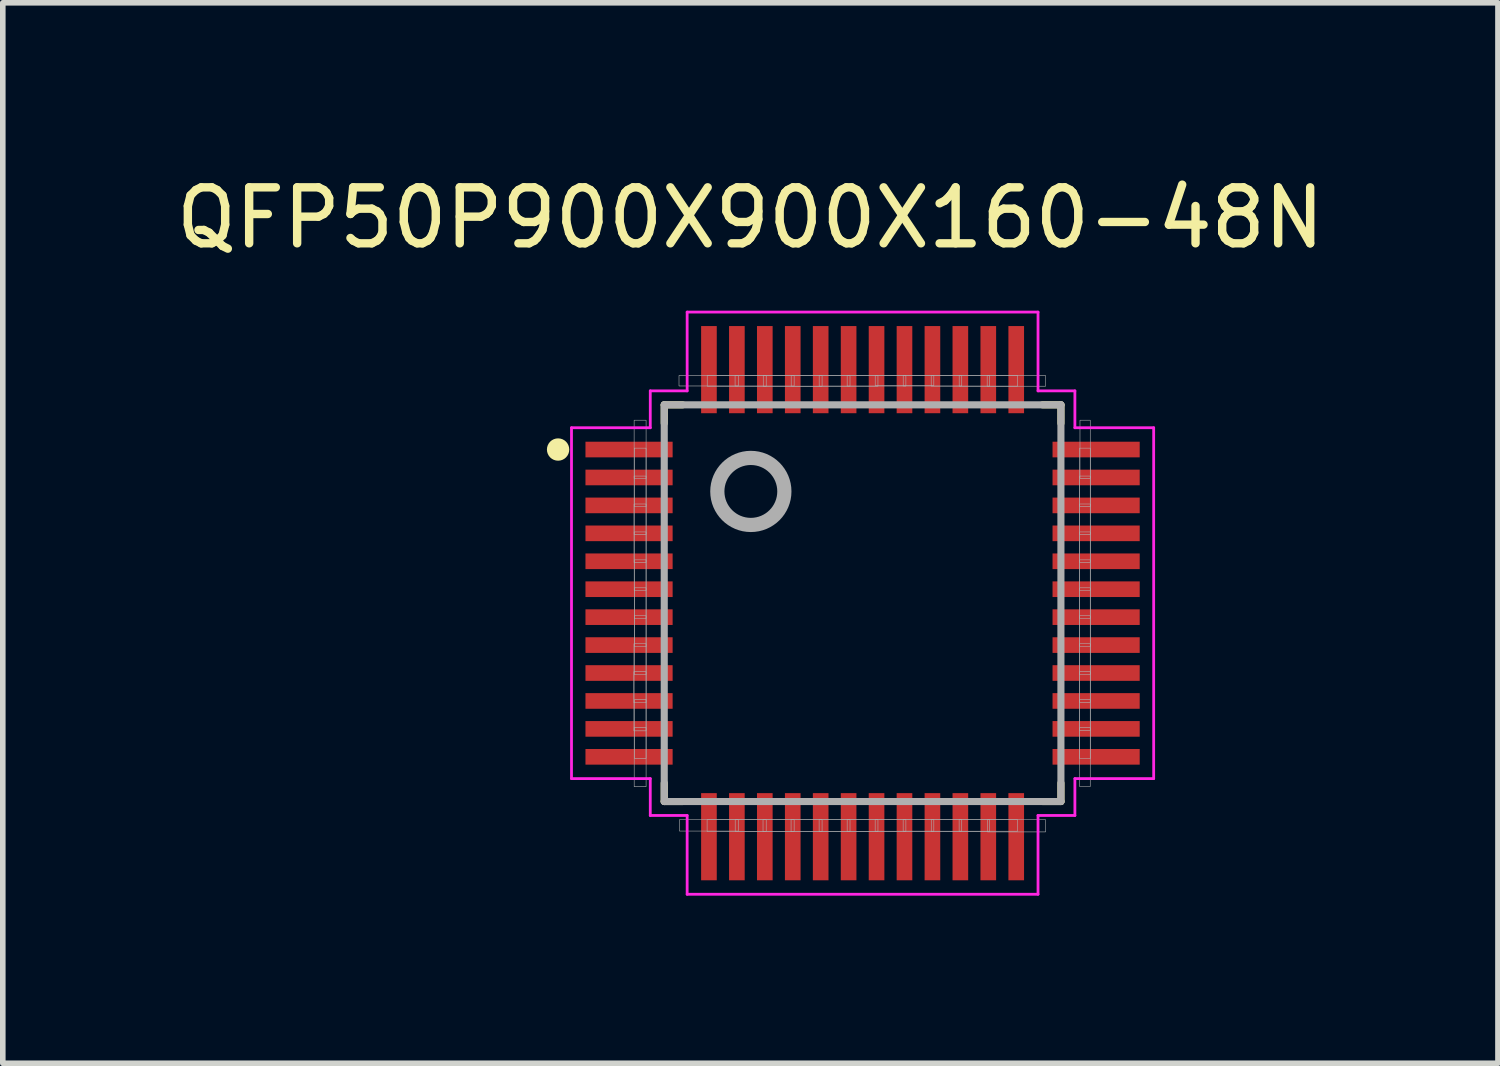
<source format=kicad_pcb>
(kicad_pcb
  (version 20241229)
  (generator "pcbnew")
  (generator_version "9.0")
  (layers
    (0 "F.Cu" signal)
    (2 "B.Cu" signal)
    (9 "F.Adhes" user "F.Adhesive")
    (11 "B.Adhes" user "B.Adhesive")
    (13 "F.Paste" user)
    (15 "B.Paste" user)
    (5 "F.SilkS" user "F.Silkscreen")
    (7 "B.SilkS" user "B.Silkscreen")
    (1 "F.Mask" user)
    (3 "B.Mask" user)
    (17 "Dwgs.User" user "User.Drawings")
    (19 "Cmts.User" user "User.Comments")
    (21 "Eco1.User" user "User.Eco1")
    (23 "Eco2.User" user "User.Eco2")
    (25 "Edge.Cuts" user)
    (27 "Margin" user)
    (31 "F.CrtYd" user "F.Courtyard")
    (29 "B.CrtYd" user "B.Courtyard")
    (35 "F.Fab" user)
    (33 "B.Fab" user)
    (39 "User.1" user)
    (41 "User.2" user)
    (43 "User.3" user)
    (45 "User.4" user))
  (footprint "QFP50P900X900X160-48N"
    (layer "F.Cu")
    (at 12.389 7.746)
    (property "Reference" "QFP50P900X900X160-48N" (at -2.009 -6.897 0) (layer "F.SilkS") (effects (font (size 1.002 1.002) (thickness 0.15))))
    (attr smd)
    (fp_line (start -3.55 -3.55) (end -3.22 -3.55) (stroke (width 0.127) (type solid)) (layer "F.SilkS"))
    (fp_line (start -3.55 -3.22) (end -3.55 -3.55) (stroke (width 0.127) (type solid)) (layer "F.SilkS"))
    (fp_line (start -3.55 3.55) (end -3.55 3.22) (stroke (width 0.127) (type solid)) (layer "F.SilkS"))
    (fp_line (start -3.22 3.55) (end -3.55 3.55) (stroke (width 0.127) (type solid)) (layer "F.SilkS"))
    (fp_line (start 3.22 -3.55) (end 3.55 -3.55) (stroke (width 0.127) (type solid)) (layer "F.SilkS"))
    (fp_line (start 3.55 -3.55) (end 3.55 -3.22) (stroke (width 0.127) (type solid)) (layer "F.SilkS"))
    (fp_line (start 3.55 3.22) (end 3.55 3.55) (stroke (width 0.127) (type solid)) (layer "F.SilkS"))
    (fp_line (start 3.55 3.55) (end 3.22 3.55) (stroke (width 0.127) (type solid)) (layer "F.SilkS"))
    (fp_circle (center -5.45 -2.75) (end -5.35 -2.75) (stroke (width 0.2) (type solid)) (fill no) (layer "F.SilkS"))
    (fp_line (start -5.21 -3.14) (end -3.8 -3.14) (stroke (width 0.05) (type solid)) (layer "F.CrtYd"))
    (fp_line (start -5.21 3.14) (end -5.21 -3.14) (stroke (width 0.05) (type solid)) (layer "F.CrtYd"))
    (fp_line (start -3.8 -3.8) (end -3.14 -3.8) (stroke (width 0.05) (type solid)) (layer "F.CrtYd"))
    (fp_line (start -3.8 -3.14) (end -3.8 -3.8) (stroke (width 0.05) (type solid)) (layer "F.CrtYd"))
    (fp_line (start -3.8 3.14) (end -5.21 3.14) (stroke (width 0.05) (type solid)) (layer "F.CrtYd"))
    (fp_line (start -3.8 3.8) (end -3.8 3.14) (stroke (width 0.05) (type solid)) (layer "F.CrtYd"))
    (fp_line (start -3.14 -5.21) (end 3.14 -5.21) (stroke (width 0.05) (type solid)) (layer "F.CrtYd"))
    (fp_line (start -3.14 -3.8) (end -3.14 -5.21) (stroke (width 0.05) (type solid)) (layer "F.CrtYd"))
    (fp_line (start -3.14 3.8) (end -3.8 3.8) (stroke (width 0.05) (type solid)) (layer "F.CrtYd"))
    (fp_line (start -3.14 5.21) (end -3.14 3.8) (stroke (width 0.05) (type solid)) (layer "F.CrtYd"))
    (fp_line (start 3.14 -5.21) (end 3.14 -3.8) (stroke (width 0.05) (type solid)) (layer "F.CrtYd"))
    (fp_line (start 3.14 -3.8) (end 3.8 -3.8) (stroke (width 0.05) (type solid)) (layer "F.CrtYd"))
    (fp_line (start 3.14 3.8) (end 3.14 5.21) (stroke (width 0.05) (type solid)) (layer "F.CrtYd"))
    (fp_line (start 3.14 5.21) (end -3.14 5.21) (stroke (width 0.05) (type solid)) (layer "F.CrtYd"))
    (fp_line (start 3.8 -3.8) (end 3.8 -3.14) (stroke (width 0.05) (type solid)) (layer "F.CrtYd"))
    (fp_line (start 3.8 -3.14) (end 5.21 -3.14) (stroke (width 0.05) (type solid)) (layer "F.CrtYd"))
    (fp_line (start 3.8 3.14) (end 3.8 3.8) (stroke (width 0.05) (type solid)) (layer "F.CrtYd"))
    (fp_line (start 3.8 3.8) (end 3.14 3.8) (stroke (width 0.05) (type solid)) (layer "F.CrtYd"))
    (fp_line (start 5.21 -3.14) (end 5.21 3.14) (stroke (width 0.05) (type solid)) (layer "F.CrtYd"))
    (fp_line (start 5.21 3.14) (end 3.8 3.14) (stroke (width 0.05) (type solid)) (layer "F.CrtYd"))
    (fp_line (start -3.55 -3.55) (end 3.55 -3.55) (stroke (width 0.127) (type solid)) (layer "F.Fab"))
    (fp_line (start -3.55 3.55) (end -3.55 -3.55) (stroke (width 0.127) (type solid)) (layer "F.Fab"))
    (fp_line (start 3.55 -3.55) (end 3.55 3.55) (stroke (width 0.127) (type solid)) (layer "F.Fab"))
    (fp_line (start 3.55 3.55) (end -3.55 3.55) (stroke (width 0.127) (type solid)) (layer "F.Fab"))
    (fp_circle (center -2 -2) (end -1.4 -2) (stroke (width 0.254) (type solid)) (fill no) (layer "F.Fab"))
    (fp_poly (pts (xy -4.093 1.225) (xy -3.875 1.225) (xy -3.875 2.285) (xy -4.093 2.285)) (stroke (width 0.01) (type solid)) (fill no) (layer "F.Fab"))
    (fp_poly (pts (xy -4.092 0.725) (xy -3.875 0.725) (xy -3.875 1.782) (xy -4.092 1.782)) (stroke (width 0.01) (type solid)) (fill no) (layer "F.Fab"))
    (fp_poly (pts (xy -4.09 -1.775) (xy -3.875 -1.775) (xy -3.875 -0.728) (xy -4.09 -0.728)) (stroke (width 0.01) (type solid)) (fill no) (layer "F.Fab"))
    (fp_poly (pts (xy -4.089 -2.275) (xy -3.875 -2.275) (xy -3.875 -1.229) (xy -4.089 -1.229)) (stroke (width 0.01) (type solid)) (fill no) (layer "F.Fab"))
    (fp_poly (pts (xy -4.089 -3.275) (xy -3.875 -3.275) (xy -3.875 -2.233) (xy -4.089 -2.233)) (stroke (width 0.01) (type solid)) (fill no) (layer "F.Fab"))
    (fp_poly (pts (xy -4.088 2.225) (xy -3.875 2.225) (xy -3.875 3.285) (xy -4.088 3.285)) (stroke (width 0.01) (type solid)) (fill no) (layer "F.Fab"))
    (fp_poly (pts (xy -4.088 -1.275) (xy -3.875 -1.275) (xy -3.875 -0.226) (xy -4.088 -0.226)) (stroke (width 0.01) (type solid)) (fill no) (layer "F.Fab"))
    (fp_poly (pts (xy -4.086 -0.775) (xy -3.875 -0.775) (xy -3.875 0.276) (xy -4.086 0.276)) (stroke (width 0.01) (type solid)) (fill no) (layer "F.Fab"))
    (fp_poly (pts (xy -4.086 0.225) (xy -3.875 0.225) (xy -3.875 1.278) (xy -4.086 1.278)) (stroke (width 0.01) (type solid)) (fill no) (layer "F.Fab"))
    (fp_poly (pts (xy -4.086 -2.775) (xy -3.875 -2.775) (xy -3.875 -1.73) (xy -4.086 -1.73)) (stroke (width 0.01) (type solid)) (fill no) (layer "F.Fab"))
    (fp_poly (pts (xy -4.084 -0.275) (xy -3.875 -0.275) (xy -3.875 0.777) (xy -4.084 0.777)) (stroke (width 0.01) (type solid)) (fill no) (layer "F.Fab"))
    (fp_poly (pts (xy -4.082 1.725) (xy -3.875 1.725) (xy -3.875 2.78) (xy -4.082 2.78)) (stroke (width 0.01) (type solid)) (fill no) (layer "F.Fab"))
    (fp_poly (pts (xy -3.286 -4.075) (xy -2.225 -4.075) (xy -2.225 -3.888) (xy -3.286 -3.888)) (stroke (width 0.01) (type solid)) (fill no) (layer "F.Fab"))
    (fp_poly (pts (xy -3.278 3.875) (xy -2.225 3.875) (xy -2.225 4.079) (xy -3.278 4.079)) (stroke (width 0.01) (type solid)) (fill no) (layer "F.Fab"))
    (fp_poly (pts (xy -2.783 3.875) (xy -1.725 3.875) (xy -1.725 4.086) (xy -2.783 4.086)) (stroke (width 0.01) (type solid)) (fill no) (layer "F.Fab"))
    (fp_poly (pts (xy -2.781 -4.075) (xy -1.725 -4.075) (xy -1.725 -3.883) (xy -2.781 -3.883)) (stroke (width 0.01) (type solid)) (fill no) (layer "F.Fab"))
    (fp_poly (pts (xy -2.282 -4.075) (xy -1.225 -4.075) (xy -1.225 -3.887) (xy -2.282 -3.887)) (stroke (width 0.01) (type solid)) (fill no) (layer "F.Fab"))
    (fp_poly (pts (xy -2.28 3.875) (xy -1.225 3.875) (xy -1.225 4.084) (xy -2.28 4.084)) (stroke (width 0.01) (type solid)) (fill no) (layer "F.Fab"))
    (fp_poly (pts (xy -1.782 3.875) (xy -0.725 3.875) (xy -0.725 4.091) (xy -1.782 4.091)) (stroke (width 0.01) (type solid)) (fill no) (layer "F.Fab"))
    (fp_poly (pts (xy -1.778 -4.075) (xy -0.725 -4.075) (xy -0.725 -3.882) (xy -1.778 -3.882)) (stroke (width 0.01) (type solid)) (fill no) (layer "F.Fab"))
    (fp_poly (pts (xy -1.28 3.875) (xy -0.225 3.875) (xy -0.225 4.091) (xy -1.28 4.091)) (stroke (width 0.01) (type solid)) (fill no) (layer "F.Fab"))
    (fp_poly (pts (xy -1.278 -4.075) (xy -0.225 -4.075) (xy -0.225 -3.885) (xy -1.278 -3.885)) (stroke (width 0.01) (type solid)) (fill no) (layer "F.Fab"))
    (fp_poly (pts (xy -0.778 3.875) (xy 0.275 3.875) (xy 0.275 4.088) (xy -0.778 4.088)) (stroke (width 0.01) (type solid)) (fill no) (layer "F.Fab"))
    (fp_poly (pts (xy -0.777 -4.075) (xy 0.275 -4.075) (xy 0.275 -3.884) (xy -0.777 -3.884)) (stroke (width 0.01) (type solid)) (fill no) (layer "F.Fab"))
    (fp_poly (pts (xy -0.276 -4.075) (xy 0.775 -4.075) (xy 0.775 -3.886) (xy -0.276 -3.886)) (stroke (width 0.01) (type solid)) (fill no) (layer "F.Fab"))
    (fp_poly (pts (xy -0.276 3.875) (xy 0.775 3.875) (xy 0.775 4.086) (xy -0.276 4.086)) (stroke (width 0.01) (type solid)) (fill no) (layer "F.Fab"))
    (fp_poly (pts (xy 0.225 3.875) (xy 1.275 3.875) (xy 1.275 4.082) (xy 0.225 4.082)) (stroke (width 0.01) (type solid)) (fill no) (layer "F.Fab"))
    (fp_poly (pts (xy 0.226 -4.075) (xy 1.275 -4.075) (xy 1.275 -3.895) (xy 0.226 -3.895)) (stroke (width 0.01) (type solid)) (fill no) (layer "F.Fab"))
    (fp_poly (pts (xy 0.726 3.875) (xy 1.775 3.875) (xy 1.775 4.081) (xy 0.726 4.081)) (stroke (width 0.01) (type solid)) (fill no) (layer "F.Fab"))
    (fp_poly (pts (xy 0.727 -4.075) (xy 1.775 -4.075) (xy 1.775 -3.887) (xy 0.727 -3.887)) (stroke (width 0.01) (type solid)) (fill no) (layer "F.Fab"))
    (fp_poly (pts (xy 1.228 -4.075) (xy 2.275 -4.075) (xy 2.275 -3.885) (xy 1.228 -3.885)) (stroke (width 0.01) (type solid)) (fill no) (layer "F.Fab"))
    (fp_poly (pts (xy 1.229 3.875) (xy 2.275 3.875) (xy 2.275 4.088) (xy 1.229 4.088)) (stroke (width 0.01) (type solid)) (fill no) (layer "F.Fab"))
    (fp_poly (pts (xy 1.728 3.875) (xy 2.775 3.875) (xy 2.775 4.082) (xy 1.728 4.082)) (stroke (width 0.01) (type solid)) (fill no) (layer "F.Fab"))
    (fp_poly (pts (xy 1.729 -4.075) (xy 2.775 -4.075) (xy 2.775 -3.884) (xy 1.729 -3.884)) (stroke (width 0.01) (type solid)) (fill no) (layer "F.Fab"))
    (fp_poly (pts (xy 2.23 -4.075) (xy 3.275 -4.075) (xy 3.275 -3.883) (xy 2.23 -3.883)) (stroke (width 0.01) (type solid)) (fill no) (layer "F.Fab"))
    (fp_poly (pts (xy 2.235 3.875) (xy 3.275 3.875) (xy 3.275 4.094) (xy 2.235 4.094)) (stroke (width 0.01) (type solid)) (fill no) (layer "F.Fab"))
    (fp_poly (pts (xy 3.88 0.225) (xy 4.075 0.225) (xy 4.075 1.277) (xy 3.88 1.277)) (stroke (width 0.01) (type solid)) (fill no) (layer "F.Fab"))
    (fp_poly (pts (xy 3.883 1.225) (xy 4.075 1.225) (xy 4.075 2.28) (xy 3.883 2.28)) (stroke (width 0.01) (type solid)) (fill no) (layer "F.Fab"))
    (fp_poly (pts (xy 3.883 -1.775) (xy 4.075 -1.775) (xy 4.075 -0.727) (xy 3.883 -0.727)) (stroke (width 0.01) (type solid)) (fill no) (layer "F.Fab"))
    (fp_poly (pts (xy 3.885 -2.775) (xy 4.075 -2.775) (xy 4.075 -1.729) (xy 3.885 -1.729)) (stroke (width 0.01) (type solid)) (fill no) (layer "F.Fab"))
    (fp_poly (pts (xy 3.885 2.225) (xy 4.075 2.225) (xy 4.075 3.283) (xy 3.885 3.283)) (stroke (width 0.01) (type solid)) (fill no) (layer "F.Fab"))
    (fp_poly (pts (xy 3.885 -1.275) (xy 4.075 -1.275) (xy 4.075 -0.226) (xy 3.885 -0.226)) (stroke (width 0.01) (type solid)) (fill no) (layer "F.Fab"))
    (fp_poly (pts (xy 3.885 -2.275) (xy 4.075 -2.275) (xy 4.075 -1.228) (xy 3.885 -1.228)) (stroke (width 0.01) (type solid)) (fill no) (layer "F.Fab"))
    (fp_poly (pts (xy 3.886 -0.275) (xy 4.075 -0.275) (xy 4.075 0.777) (xy 3.886 0.777)) (stroke (width 0.01) (type solid)) (fill no) (layer "F.Fab"))
    (fp_poly (pts (xy 3.886 1.725) (xy 4.075 1.725) (xy 4.075 2.783) (xy 3.886 2.783)) (stroke (width 0.01) (type solid)) (fill no) (layer "F.Fab"))
    (fp_poly (pts (xy 3.886 -0.775) (xy 4.075 -0.775) (xy 4.075 0.276) (xy 3.886 0.276)) (stroke (width 0.01) (type solid)) (fill no) (layer "F.Fab"))
    (fp_poly (pts (xy 3.886 0.725) (xy 4.075 0.725) (xy 4.075 1.78) (xy 3.886 1.78)) (stroke (width 0.01) (type solid)) (fill no) (layer "F.Fab"))
    (fp_poly (pts (xy 3.891 -3.275) (xy 4.075 -3.275) (xy 4.075 -2.234) (xy 3.891 -2.234)) (stroke (width 0.01) (type solid)) (fill no) (layer "F.Fab"))
    (pad "1" smd rect (at -4.18 -2.75 270) (size 0.28 1.56) (layers "F.Cu" "F.Mask" "F.Paste"))
    (pad "2" smd rect (at -4.18 -2.25 270) (size 0.28 1.56) (layers "F.Cu" "F.Mask" "F.Paste"))
    (pad "3" smd rect (at -4.18 -1.75 270) (size 0.28 1.56) (layers "F.Cu" "F.Mask" "F.Paste"))
    (pad "4" smd rect (at -4.18 -1.25 270) (size 0.28 1.56) (layers "F.Cu" "F.Mask" "F.Paste"))
    (pad "5" smd rect (at -4.18 -0.75 270) (size 0.28 1.56) (layers "F.Cu" "F.Mask" "F.Paste"))
    (pad "6" smd rect (at -4.18 -0.25 270) (size 0.28 1.56) (layers "F.Cu" "F.Mask" "F.Paste"))
    (pad "7" smd rect (at -4.18 0.25 270) (size 0.28 1.56) (layers "F.Cu" "F.Mask" "F.Paste"))
    (pad "8" smd rect (at -4.18 0.75 270) (size 0.28 1.56) (layers "F.Cu" "F.Mask" "F.Paste"))
    (pad "9" smd rect (at -4.18 1.25 270) (size 0.28 1.56) (layers "F.Cu" "F.Mask" "F.Paste"))
    (pad "10" smd rect (at -4.18 1.75 270) (size 0.28 1.56) (layers "F.Cu" "F.Mask" "F.Paste"))
    (pad "11" smd rect (at -4.18 2.25 270) (size 0.28 1.56) (layers "F.Cu" "F.Mask" "F.Paste"))
    (pad "12" smd rect (at -4.18 2.75 270) (size 0.28 1.56) (layers "F.Cu" "F.Mask" "F.Paste"))
    (pad "13" smd rect (at -2.75 4.18 270) (size 1.56 0.28) (layers "F.Cu" "F.Mask" "F.Paste"))
    (pad "14" smd rect (at -2.25 4.18 270) (size 1.56 0.28) (layers "F.Cu" "F.Mask" "F.Paste"))
    (pad "15" smd rect (at -1.75 4.18 270) (size 1.56 0.28) (layers "F.Cu" "F.Mask" "F.Paste"))
    (pad "16" smd rect (at -1.25 4.18 270) (size 1.56 0.28) (layers "F.Cu" "F.Mask" "F.Paste"))
    (pad "17" smd rect (at -0.75 4.18 270) (size 1.56 0.28) (layers "F.Cu" "F.Mask" "F.Paste"))
    (pad "18" smd rect (at -0.25 4.18 270) (size 1.56 0.28) (layers "F.Cu" "F.Mask" "F.Paste"))
    (pad "19" smd rect (at 0.25 4.18 270) (size 1.56 0.28) (layers "F.Cu" "F.Mask" "F.Paste"))
    (pad "20" smd rect (at 0.75 4.18 270) (size 1.56 0.28) (layers "F.Cu" "F.Mask" "F.Paste"))
    (pad "21" smd rect (at 1.25 4.18 270) (size 1.56 0.28) (layers "F.Cu" "F.Mask" "F.Paste"))
    (pad "22" smd rect (at 1.75 4.18 270) (size 1.56 0.28) (layers "F.Cu" "F.Mask" "F.Paste"))
    (pad "23" smd rect (at 2.25 4.18 270) (size 1.56 0.28) (layers "F.Cu" "F.Mask" "F.Paste"))
    (pad "24" smd rect (at 2.75 4.18 270) (size 1.56 0.28) (layers "F.Cu" "F.Mask" "F.Paste"))
    (pad "25" smd rect (at 4.18 2.75 270) (size 0.28 1.56) (layers "F.Cu" "F.Mask" "F.Paste"))
    (pad "26" smd rect (at 4.18 2.25 270) (size 0.28 1.56) (layers "F.Cu" "F.Mask" "F.Paste"))
    (pad "27" smd rect (at 4.18 1.75 270) (size 0.28 1.56) (layers "F.Cu" "F.Mask" "F.Paste"))
    (pad "28" smd rect (at 4.18 1.25 270) (size 0.28 1.56) (layers "F.Cu" "F.Mask" "F.Paste"))
    (pad "29" smd rect (at 4.18 0.75 270) (size 0.28 1.56) (layers "F.Cu" "F.Mask" "F.Paste"))
    (pad "30" smd rect (at 4.18 0.25 270) (size 0.28 1.56) (layers "F.Cu" "F.Mask" "F.Paste"))
    (pad "31" smd rect (at 4.18 -0.25 270) (size 0.28 1.56) (layers "F.Cu" "F.Mask" "F.Paste"))
    (pad "32" smd rect (at 4.18 -0.75 270) (size 0.28 1.56) (layers "F.Cu" "F.Mask" "F.Paste"))
    (pad "33" smd rect (at 4.18 -1.25 270) (size 0.28 1.56) (layers "F.Cu" "F.Mask" "F.Paste"))
    (pad "34" smd rect (at 4.18 -1.75 270) (size 0.28 1.56) (layers "F.Cu" "F.Mask" "F.Paste"))
    (pad "35" smd rect (at 4.18 -2.25 270) (size 0.28 1.56) (layers "F.Cu" "F.Mask" "F.Paste"))
    (pad "36" smd rect (at 4.18 -2.75 270) (size 0.28 1.56) (layers "F.Cu" "F.Mask" "F.Paste"))
    (pad "37" smd rect (at 2.75 -4.18 270) (size 1.56 0.28) (layers "F.Cu" "F.Mask" "F.Paste"))
    (pad "38" smd rect (at 2.25 -4.18 270) (size 1.56 0.28) (layers "F.Cu" "F.Mask" "F.Paste"))
    (pad "39" smd rect (at 1.75 -4.18 270) (size 1.56 0.28) (layers "F.Cu" "F.Mask" "F.Paste"))
    (pad "40" smd rect (at 1.25 -4.18 270) (size 1.56 0.28) (layers "F.Cu" "F.Mask" "F.Paste"))
    (pad "41" smd rect (at 0.75 -4.18 270) (size 1.56 0.28) (layers "F.Cu" "F.Mask" "F.Paste"))
    (pad "42" smd rect (at 0.25 -4.18 270) (size 1.56 0.28) (layers "F.Cu" "F.Mask" "F.Paste"))
    (pad "43" smd rect (at -0.25 -4.18 270) (size 1.56 0.28) (layers "F.Cu" "F.Mask" "F.Paste"))
    (pad "44" smd rect (at -0.75 -4.18 270) (size 1.56 0.28) (layers "F.Cu" "F.Mask" "F.Paste"))
    (pad "45" smd rect (at -1.25 -4.18 270) (size 1.56 0.28) (layers "F.Cu" "F.Mask" "F.Paste"))
    (pad "46" smd rect (at -1.75 -4.18 270) (size 1.56 0.28) (layers "F.Cu" "F.Mask" "F.Paste"))
    (pad "47" smd rect (at -2.25 -4.18 270) (size 1.56 0.28) (layers "F.Cu" "F.Mask" "F.Paste"))
    (pad "48" smd rect (at -2.75 -4.18 270) (size 1.56 0.28) (layers "F.Cu" "F.Mask" "F.Paste")))
  (gr_rect
    (start -3 -3)
    (end 23.761 15.981)
    (stroke (width 0.1) (type default))
    (fill no)
    (layer "Edge.Cuts")))
</source>
